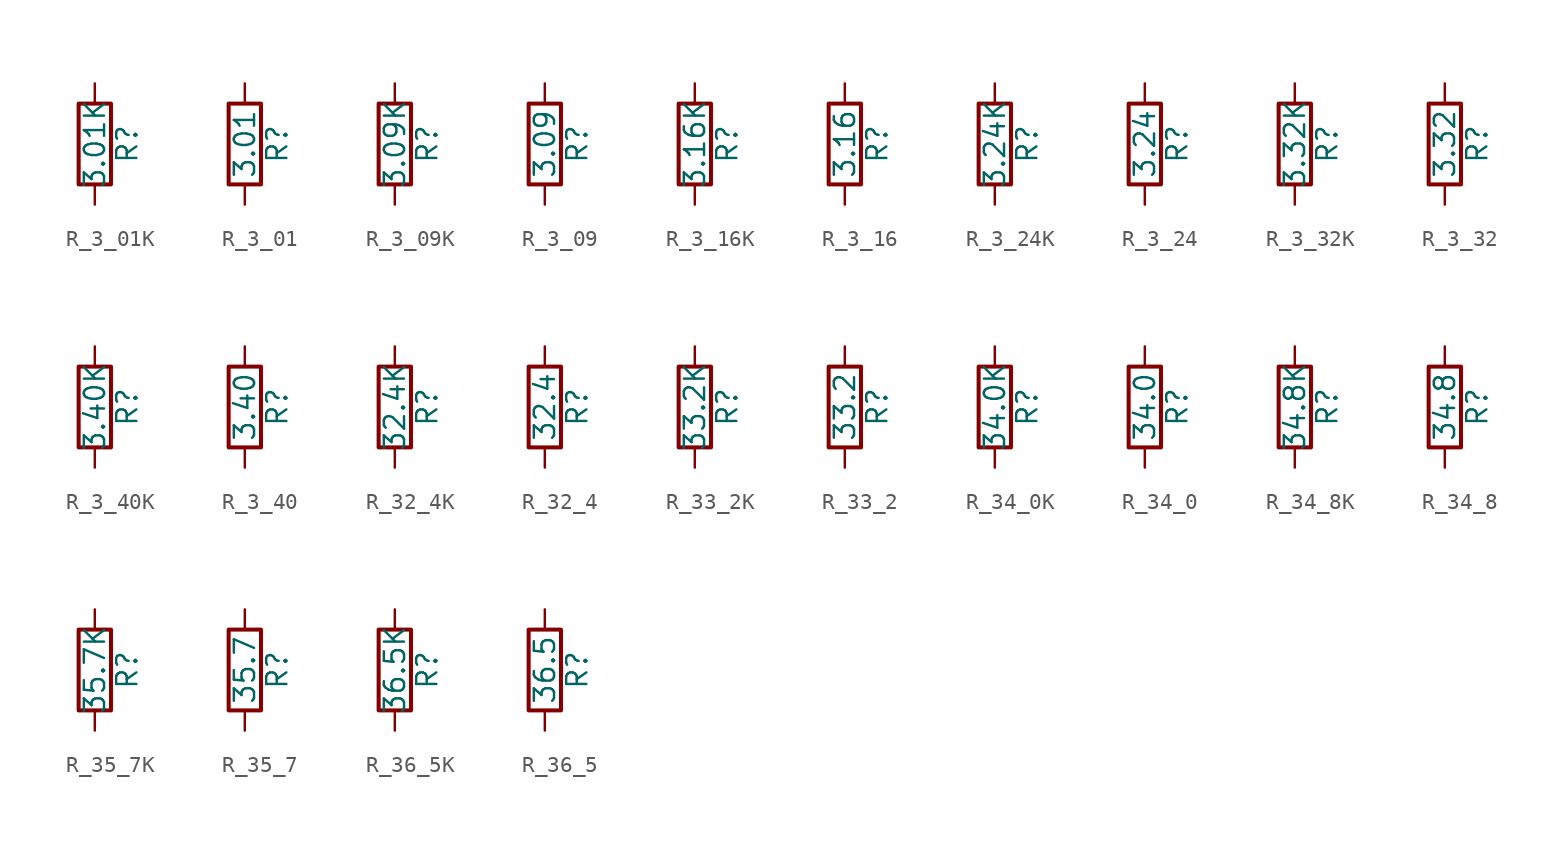
<source format=kicad_sym>
(kicad_symbol_lib
  (version 20211014)
  (generator atlantix-eda)
  (symbol "R_3_01K"
    (pin_numbers hide)
    (pin_names
      (offset 0))
    (property "Reference" "R"
      (at 2.032 0 90)
      (effects (font (size 1.27 1.27))))
    (property "Value" "3.01K"
      (at 0 0 90)
      (effects (font (size 1.27 1.27))))
    (symbol "R_3_01K_0_1"
      (rectangle (start -1.016 -2.54) (end 1.016 2.54) (stroke (width 0.254) (type default) (color 0 0 0 0)) (fill (type none))))
    (symbol "R_3_01K_1_1"
      (pin passive line (at 0 3.81 270) (length 1.27) (name "~" (effects (font (size 1.27 1.27)))) (number "1" (effects (font (size 1.27 1.27)))))
      (pin passive line (at 0 -3.81 90) (length 1.27) (name "~" (effects (font (size 1.27 1.27)))) (number "2" (effects (font (size 1.27 1.27)))))))
  (symbol "R_3_01"
    (pin_numbers hide)
    (pin_names
      (offset 0))
    (property "Reference" "R"
      (at 2.032 0 90)
      (effects (font (size 1.27 1.27))))
    (property "Value" "3.01"
      (at 0 0 90)
      (effects (font (size 1.27 1.27))))
    (symbol "R_3_01_0_1"
      (rectangle (start -1.016 -2.54) (end 1.016 2.54) (stroke (width 0.254) (type default) (color 0 0 0 0)) (fill (type none))))
    (symbol "R_3_01_1_1"
      (pin passive line (at 0 3.81 270) (length 1.27) (name "~" (effects (font (size 1.27 1.27)))) (number "1" (effects (font (size 1.27 1.27)))))
      (pin passive line (at 0 -3.81 90) (length 1.27) (name "~" (effects (font (size 1.27 1.27)))) (number "2" (effects (font (size 1.27 1.27)))))))
  (symbol "R_3_09K"
    (pin_numbers hide)
    (pin_names
      (offset 0))
    (property "Reference" "R"
      (at 2.032 0 90)
      (effects (font (size 1.27 1.27))))
    (property "Value" "3.09K"
      (at 0 0 90)
      (effects (font (size 1.27 1.27))))
    (symbol "R_3_09K_0_1"
      (rectangle (start -1.016 -2.54) (end 1.016 2.54) (stroke (width 0.254) (type default) (color 0 0 0 0)) (fill (type none))))
    (symbol "R_3_09K_1_1"
      (pin passive line (at 0 3.81 270) (length 1.27) (name "~" (effects (font (size 1.27 1.27)))) (number "1" (effects (font (size 1.27 1.27)))))
      (pin passive line (at 0 -3.81 90) (length 1.27) (name "~" (effects (font (size 1.27 1.27)))) (number "2" (effects (font (size 1.27 1.27)))))))
  (symbol "R_3_09"
    (pin_numbers hide)
    (pin_names
      (offset 0))
    (property "Reference" "R"
      (at 2.032 0 90)
      (effects (font (size 1.27 1.27))))
    (property "Value" "3.09"
      (at 0 0 90)
      (effects (font (size 1.27 1.27))))
    (symbol "R_3_09_0_1"
      (rectangle (start -1.016 -2.54) (end 1.016 2.54) (stroke (width 0.254) (type default) (color 0 0 0 0)) (fill (type none))))
    (symbol "R_3_09_1_1"
      (pin passive line (at 0 3.81 270) (length 1.27) (name "~" (effects (font (size 1.27 1.27)))) (number "1" (effects (font (size 1.27 1.27)))))
      (pin passive line (at 0 -3.81 90) (length 1.27) (name "~" (effects (font (size 1.27 1.27)))) (number "2" (effects (font (size 1.27 1.27)))))))
  (symbol "R_3_16K"
    (pin_numbers hide)
    (pin_names
      (offset 0))
    (property "Reference" "R"
      (at 2.032 0 90)
      (effects (font (size 1.27 1.27))))
    (property "Value" "3.16K"
      (at 0 0 90)
      (effects (font (size 1.27 1.27))))
    (symbol "R_3_16K_0_1"
      (rectangle (start -1.016 -2.54) (end 1.016 2.54) (stroke (width 0.254) (type default) (color 0 0 0 0)) (fill (type none))))
    (symbol "R_3_16K_1_1"
      (pin passive line (at 0 3.81 270) (length 1.27) (name "~" (effects (font (size 1.27 1.27)))) (number "1" (effects (font (size 1.27 1.27)))))
      (pin passive line (at 0 -3.81 90) (length 1.27) (name "~" (effects (font (size 1.27 1.27)))) (number "2" (effects (font (size 1.27 1.27)))))))
  (symbol "R_3_16"
    (pin_numbers hide)
    (pin_names
      (offset 0))
    (property "Reference" "R"
      (at 2.032 0 90)
      (effects (font (size 1.27 1.27))))
    (property "Value" "3.16"
      (at 0 0 90)
      (effects (font (size 1.27 1.27))))
    (symbol "R_3_16_0_1"
      (rectangle (start -1.016 -2.54) (end 1.016 2.54) (stroke (width 0.254) (type default) (color 0 0 0 0)) (fill (type none))))
    (symbol "R_3_16_1_1"
      (pin passive line (at 0 3.81 270) (length 1.27) (name "~" (effects (font (size 1.27 1.27)))) (number "1" (effects (font (size 1.27 1.27)))))
      (pin passive line (at 0 -3.81 90) (length 1.27) (name "~" (effects (font (size 1.27 1.27)))) (number "2" (effects (font (size 1.27 1.27)))))))
  (symbol "R_3_24K"
    (pin_numbers hide)
    (pin_names
      (offset 0))
    (property "Reference" "R"
      (at 2.032 0 90)
      (effects (font (size 1.27 1.27))))
    (property "Value" "3.24K"
      (at 0 0 90)
      (effects (font (size 1.27 1.27))))
    (symbol "R_3_24K_0_1"
      (rectangle (start -1.016 -2.54) (end 1.016 2.54) (stroke (width 0.254) (type default) (color 0 0 0 0)) (fill (type none))))
    (symbol "R_3_24K_1_1"
      (pin passive line (at 0 3.81 270) (length 1.27) (name "~" (effects (font (size 1.27 1.27)))) (number "1" (effects (font (size 1.27 1.27)))))
      (pin passive line (at 0 -3.81 90) (length 1.27) (name "~" (effects (font (size 1.27 1.27)))) (number "2" (effects (font (size 1.27 1.27)))))))
  (symbol "R_3_24"
    (pin_numbers hide)
    (pin_names
      (offset 0))
    (property "Reference" "R"
      (at 2.032 0 90)
      (effects (font (size 1.27 1.27))))
    (property "Value" "3.24"
      (at 0 0 90)
      (effects (font (size 1.27 1.27))))
    (symbol "R_3_24_0_1"
      (rectangle (start -1.016 -2.54) (end 1.016 2.54) (stroke (width 0.254) (type default) (color 0 0 0 0)) (fill (type none))))
    (symbol "R_3_24_1_1"
      (pin passive line (at 0 3.81 270) (length 1.27) (name "~" (effects (font (size 1.27 1.27)))) (number "1" (effects (font (size 1.27 1.27)))))
      (pin passive line (at 0 -3.81 90) (length 1.27) (name "~" (effects (font (size 1.27 1.27)))) (number "2" (effects (font (size 1.27 1.27)))))))
  (symbol "R_3_32K"
    (pin_numbers hide)
    (pin_names
      (offset 0))
    (property "Reference" "R"
      (at 2.032 0 90)
      (effects (font (size 1.27 1.27))))
    (property "Value" "3.32K"
      (at 0 0 90)
      (effects (font (size 1.27 1.27))))
    (symbol "R_3_32K_0_1"
      (rectangle (start -1.016 -2.54) (end 1.016 2.54) (stroke (width 0.254) (type default) (color 0 0 0 0)) (fill (type none))))
    (symbol "R_3_32K_1_1"
      (pin passive line (at 0 3.81 270) (length 1.27) (name "~" (effects (font (size 1.27 1.27)))) (number "1" (effects (font (size 1.27 1.27)))))
      (pin passive line (at 0 -3.81 90) (length 1.27) (name "~" (effects (font (size 1.27 1.27)))) (number "2" (effects (font (size 1.27 1.27)))))))
  (symbol "R_3_32"
    (pin_numbers hide)
    (pin_names
      (offset 0))
    (property "Reference" "R"
      (at 2.032 0 90)
      (effects (font (size 1.27 1.27))))
    (property "Value" "3.32"
      (at 0 0 90)
      (effects (font (size 1.27 1.27))))
    (symbol "R_3_32_0_1"
      (rectangle (start -1.016 -2.54) (end 1.016 2.54) (stroke (width 0.254) (type default) (color 0 0 0 0)) (fill (type none))))
    (symbol "R_3_32_1_1"
      (pin passive line (at 0 3.81 270) (length 1.27) (name "~" (effects (font (size 1.27 1.27)))) (number "1" (effects (font (size 1.27 1.27)))))
      (pin passive line (at 0 -3.81 90) (length 1.27) (name "~" (effects (font (size 1.27 1.27)))) (number "2" (effects (font (size 1.27 1.27)))))))
  (symbol "R_3_40K"
    (pin_numbers hide)
    (pin_names
      (offset 0))
    (property "Reference" "R"
      (at 2.032 0 90)
      (effects (font (size 1.27 1.27))))
    (property "Value" "3.40K"
      (at 0 0 90)
      (effects (font (size 1.27 1.27))))
    (symbol "R_3_40K_0_1"
      (rectangle (start -1.016 -2.54) (end 1.016 2.54) (stroke (width 0.254) (type default) (color 0 0 0 0)) (fill (type none))))
    (symbol "R_3_40K_1_1"
      (pin passive line (at 0 3.81 270) (length 1.27) (name "~" (effects (font (size 1.27 1.27)))) (number "1" (effects (font (size 1.27 1.27)))))
      (pin passive line (at 0 -3.81 90) (length 1.27) (name "~" (effects (font (size 1.27 1.27)))) (number "2" (effects (font (size 1.27 1.27)))))))
  (symbol "R_3_40"
    (pin_numbers hide)
    (pin_names
      (offset 0))
    (property "Reference" "R"
      (at 2.032 0 90)
      (effects (font (size 1.27 1.27))))
    (property "Value" "3.40"
      (at 0 0 90)
      (effects (font (size 1.27 1.27))))
    (symbol "R_3_40_0_1"
      (rectangle (start -1.016 -2.54) (end 1.016 2.54) (stroke (width 0.254) (type default) (color 0 0 0 0)) (fill (type none))))
    (symbol "R_3_40_1_1"
      (pin passive line (at 0 3.81 270) (length 1.27) (name "~" (effects (font (size 1.27 1.27)))) (number "1" (effects (font (size 1.27 1.27)))))
      (pin passive line (at 0 -3.81 90) (length 1.27) (name "~" (effects (font (size 1.27 1.27)))) (number "2" (effects (font (size 1.27 1.27)))))))
  (symbol "R_32_4K"
    (pin_numbers hide)
    (pin_names
      (offset 0))
    (property "Reference" "R"
      (at 2.032 0 90)
      (effects (font (size 1.27 1.27))))
    (property "Value" "32.4K"
      (at 0 0 90)
      (effects (font (size 1.27 1.27))))
    (symbol "R_32_4K_0_1"
      (rectangle (start -1.016 -2.54) (end 1.016 2.54) (stroke (width 0.254) (type default) (color 0 0 0 0)) (fill (type none))))
    (symbol "R_32_4K_1_1"
      (pin passive line (at 0 3.81 270) (length 1.27) (name "~" (effects (font (size 1.27 1.27)))) (number "1" (effects (font (size 1.27 1.27)))))
      (pin passive line (at 0 -3.81 90) (length 1.27) (name "~" (effects (font (size 1.27 1.27)))) (number "2" (effects (font (size 1.27 1.27)))))))
  (symbol "R_32_4"
    (pin_numbers hide)
    (pin_names
      (offset 0))
    (property "Reference" "R"
      (at 2.032 0 90)
      (effects (font (size 1.27 1.27))))
    (property "Value" "32.4"
      (at 0 0 90)
      (effects (font (size 1.27 1.27))))
    (symbol "R_32_4_0_1"
      (rectangle (start -1.016 -2.54) (end 1.016 2.54) (stroke (width 0.254) (type default) (color 0 0 0 0)) (fill (type none))))
    (symbol "R_32_4_1_1"
      (pin passive line (at 0 3.81 270) (length 1.27) (name "~" (effects (font (size 1.27 1.27)))) (number "1" (effects (font (size 1.27 1.27)))))
      (pin passive line (at 0 -3.81 90) (length 1.27) (name "~" (effects (font (size 1.27 1.27)))) (number "2" (effects (font (size 1.27 1.27)))))))
  (symbol "R_33_2K"
    (pin_numbers hide)
    (pin_names
      (offset 0))
    (property "Reference" "R"
      (at 2.032 0 90)
      (effects (font (size 1.27 1.27))))
    (property "Value" "33.2K"
      (at 0 0 90)
      (effects (font (size 1.27 1.27))))
    (symbol "R_33_2K_0_1"
      (rectangle (start -1.016 -2.54) (end 1.016 2.54) (stroke (width 0.254) (type default) (color 0 0 0 0)) (fill (type none))))
    (symbol "R_33_2K_1_1"
      (pin passive line (at 0 3.81 270) (length 1.27) (name "~" (effects (font (size 1.27 1.27)))) (number "1" (effects (font (size 1.27 1.27)))))
      (pin passive line (at 0 -3.81 90) (length 1.27) (name "~" (effects (font (size 1.27 1.27)))) (number "2" (effects (font (size 1.27 1.27)))))))
  (symbol "R_33_2"
    (pin_numbers hide)
    (pin_names
      (offset 0))
    (property "Reference" "R"
      (at 2.032 0 90)
      (effects (font (size 1.27 1.27))))
    (property "Value" "33.2"
      (at 0 0 90)
      (effects (font (size 1.27 1.27))))
    (symbol "R_33_2_0_1"
      (rectangle (start -1.016 -2.54) (end 1.016 2.54) (stroke (width 0.254) (type default) (color 0 0 0 0)) (fill (type none))))
    (symbol "R_33_2_1_1"
      (pin passive line (at 0 3.81 270) (length 1.27) (name "~" (effects (font (size 1.27 1.27)))) (number "1" (effects (font (size 1.27 1.27)))))
      (pin passive line (at 0 -3.81 90) (length 1.27) (name "~" (effects (font (size 1.27 1.27)))) (number "2" (effects (font (size 1.27 1.27)))))))
  (symbol "R_34_0K"
    (pin_numbers hide)
    (pin_names
      (offset 0))
    (property "Reference" "R"
      (at 2.032 0 90)
      (effects (font (size 1.27 1.27))))
    (property "Value" "34.0K"
      (at 0 0 90)
      (effects (font (size 1.27 1.27))))
    (symbol "R_34_0K_0_1"
      (rectangle (start -1.016 -2.54) (end 1.016 2.54) (stroke (width 0.254) (type default) (color 0 0 0 0)) (fill (type none))))
    (symbol "R_34_0K_1_1"
      (pin passive line (at 0 3.81 270) (length 1.27) (name "~" (effects (font (size 1.27 1.27)))) (number "1" (effects (font (size 1.27 1.27)))))
      (pin passive line (at 0 -3.81 90) (length 1.27) (name "~" (effects (font (size 1.27 1.27)))) (number "2" (effects (font (size 1.27 1.27)))))))
  (symbol "R_34_0"
    (pin_numbers hide)
    (pin_names
      (offset 0))
    (property "Reference" "R"
      (at 2.032 0 90)
      (effects (font (size 1.27 1.27))))
    (property "Value" "34.0"
      (at 0 0 90)
      (effects (font (size 1.27 1.27))))
    (symbol "R_34_0_0_1"
      (rectangle (start -1.016 -2.54) (end 1.016 2.54) (stroke (width 0.254) (type default) (color 0 0 0 0)) (fill (type none))))
    (symbol "R_34_0_1_1"
      (pin passive line (at 0 3.81 270) (length 1.27) (name "~" (effects (font (size 1.27 1.27)))) (number "1" (effects (font (size 1.27 1.27)))))
      (pin passive line (at 0 -3.81 90) (length 1.27) (name "~" (effects (font (size 1.27 1.27)))) (number "2" (effects (font (size 1.27 1.27)))))))
  (symbol "R_34_8K"
    (pin_numbers hide)
    (pin_names
      (offset 0))
    (property "Reference" "R"
      (at 2.032 0 90)
      (effects (font (size 1.27 1.27))))
    (property "Value" "34.8K"
      (at 0 0 90)
      (effects (font (size 1.27 1.27))))
    (symbol "R_34_8K_0_1"
      (rectangle (start -1.016 -2.54) (end 1.016 2.54) (stroke (width 0.254) (type default) (color 0 0 0 0)) (fill (type none))))
    (symbol "R_34_8K_1_1"
      (pin passive line (at 0 3.81 270) (length 1.27) (name "~" (effects (font (size 1.27 1.27)))) (number "1" (effects (font (size 1.27 1.27)))))
      (pin passive line (at 0 -3.81 90) (length 1.27) (name "~" (effects (font (size 1.27 1.27)))) (number "2" (effects (font (size 1.27 1.27)))))))
  (symbol "R_34_8"
    (pin_numbers hide)
    (pin_names
      (offset 0))
    (property "Reference" "R"
      (at 2.032 0 90)
      (effects (font (size 1.27 1.27))))
    (property "Value" "34.8"
      (at 0 0 90)
      (effects (font (size 1.27 1.27))))
    (symbol "R_34_8_0_1"
      (rectangle (start -1.016 -2.54) (end 1.016 2.54) (stroke (width 0.254) (type default) (color 0 0 0 0)) (fill (type none))))
    (symbol "R_34_8_1_1"
      (pin passive line (at 0 3.81 270) (length 1.27) (name "~" (effects (font (size 1.27 1.27)))) (number "1" (effects (font (size 1.27 1.27)))))
      (pin passive line (at 0 -3.81 90) (length 1.27) (name "~" (effects (font (size 1.27 1.27)))) (number "2" (effects (font (size 1.27 1.27)))))))
  (symbol "R_35_7K"
    (pin_numbers hide)
    (pin_names
      (offset 0))
    (property "Reference" "R"
      (at 2.032 0 90)
      (effects (font (size 1.27 1.27))))
    (property "Value" "35.7K"
      (at 0 0 90)
      (effects (font (size 1.27 1.27))))
    (symbol "R_35_7K_0_1"
      (rectangle (start -1.016 -2.54) (end 1.016 2.54) (stroke (width 0.254) (type default) (color 0 0 0 0)) (fill (type none))))
    (symbol "R_35_7K_1_1"
      (pin passive line (at 0 3.81 270) (length 1.27) (name "~" (effects (font (size 1.27 1.27)))) (number "1" (effects (font (size 1.27 1.27)))))
      (pin passive line (at 0 -3.81 90) (length 1.27) (name "~" (effects (font (size 1.27 1.27)))) (number "2" (effects (font (size 1.27 1.27)))))))
  (symbol "R_35_7"
    (pin_numbers hide)
    (pin_names
      (offset 0))
    (property "Reference" "R"
      (at 2.032 0 90)
      (effects (font (size 1.27 1.27))))
    (property "Value" "35.7"
      (at 0 0 90)
      (effects (font (size 1.27 1.27))))
    (symbol "R_35_7_0_1"
      (rectangle (start -1.016 -2.54) (end 1.016 2.54) (stroke (width 0.254) (type default) (color 0 0 0 0)) (fill (type none))))
    (symbol "R_35_7_1_1"
      (pin passive line (at 0 3.81 270) (length 1.27) (name "~" (effects (font (size 1.27 1.27)))) (number "1" (effects (font (size 1.27 1.27)))))
      (pin passive line (at 0 -3.81 90) (length 1.27) (name "~" (effects (font (size 1.27 1.27)))) (number "2" (effects (font (size 1.27 1.27)))))))
  (symbol "R_36_5K"
    (pin_numbers hide)
    (pin_names
      (offset 0))
    (property "Reference" "R"
      (at 2.032 0 90)
      (effects (font (size 1.27 1.27))))
    (property "Value" "36.5K"
      (at 0 0 90)
      (effects (font (size 1.27 1.27))))
    (symbol "R_36_5K_0_1"
      (rectangle (start -1.016 -2.54) (end 1.016 2.54) (stroke (width 0.254) (type default) (color 0 0 0 0)) (fill (type none))))
    (symbol "R_36_5K_1_1"
      (pin passive line (at 0 3.81 270) (length 1.27) (name "~" (effects (font (size 1.27 1.27)))) (number "1" (effects (font (size 1.27 1.27)))))
      (pin passive line (at 0 -3.81 90) (length 1.27) (name "~" (effects (font (size 1.27 1.27)))) (number "2" (effects (font (size 1.27 1.27)))))))
  (symbol "R_36_5"
    (pin_numbers hide)
    (pin_names
      (offset 0))
    (property "Reference" "R"
      (at 2.032 0 90)
      (effects (font (size 1.27 1.27))))
    (property "Value" "36.5"
      (at 0 0 90)
      (effects (font (size 1.27 1.27))))
    (symbol "R_36_5_0_1"
      (rectangle (start -1.016 -2.54) (end 1.016 2.54) (stroke (width 0.254) (type default) (color 0 0 0 0)) (fill (type none))))
    (symbol "R_36_5_1_1"
      (pin passive line (at 0 3.81 270) (length 1.27) (name "~" (effects (font (size 1.27 1.27)))) (number "1" (effects (font (size 1.27 1.27)))))
      (pin passive line (at 0 -3.81 90) (length 1.27) (name "~" (effects (font (size 1.27 1.27)))) (number "2" (effects (font (size 1.27 1.27))))))))
</source>
